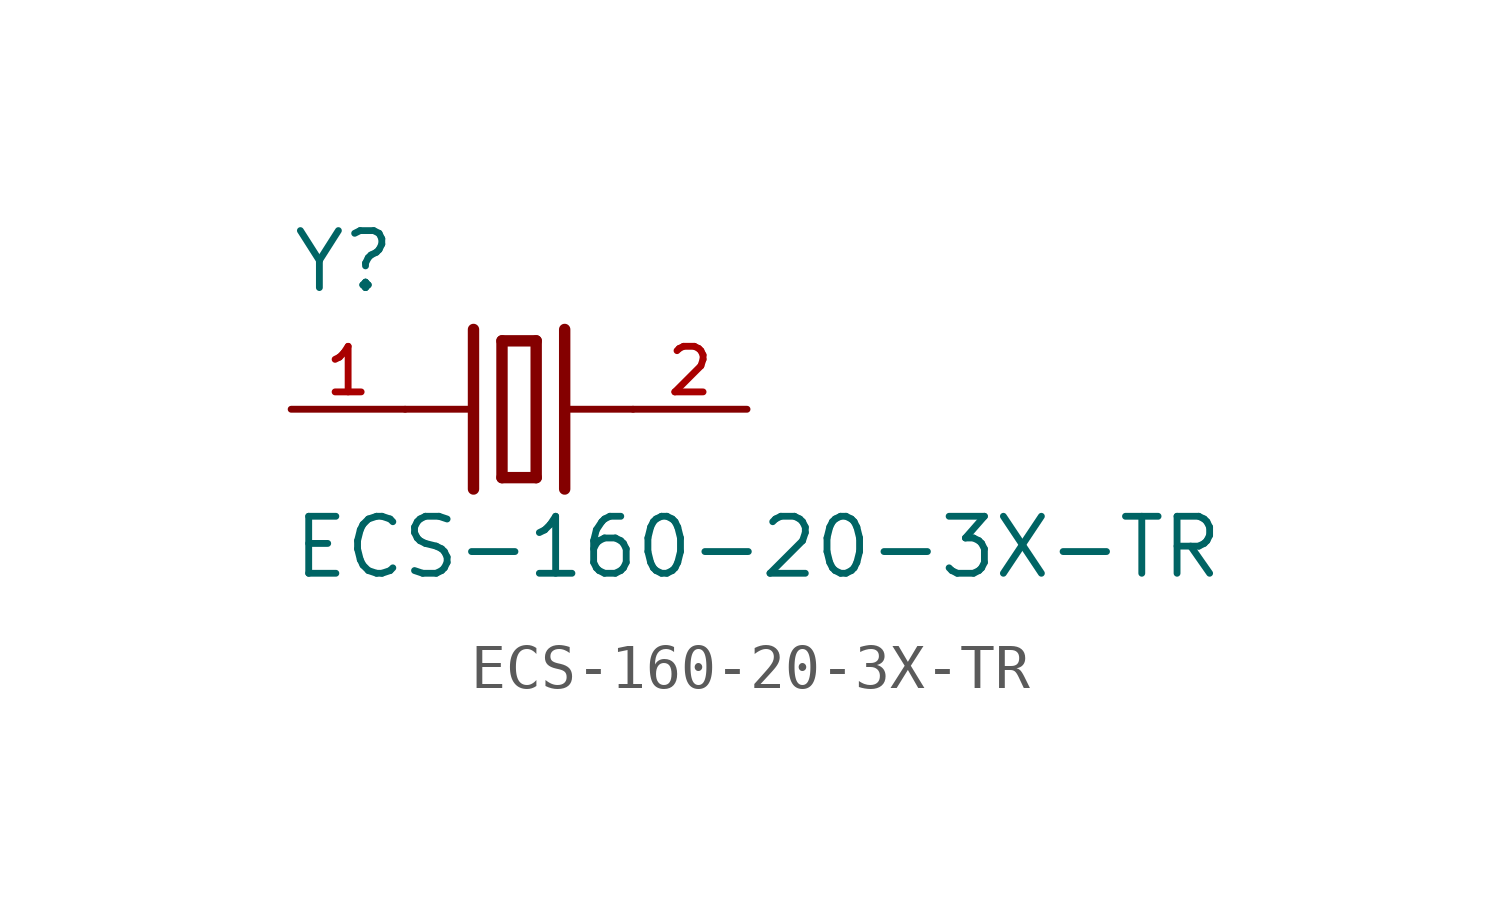
<source format=kicad_sym>
(kicad_symbol_lib
  (version 20211014)
  (generator kicad_symbol_editor)
  (symbol "ECS-160-20-3X-TR"
    (pin_names
      (offset 1.016))
    (property "Reference" "Y"
      (at -5.095 2.548 0)
      (effects (font (size 1.27 1.27)) (justify bottom left)))
    (property "Value" "ECS-160-20-3X-TR"
      (at -5.091 -3.819 0)
      (effects (font (size 1.27 1.27)) (justify bottom left)))
    (symbol "ECS-160-20-3X-TR_0_0"
      (polyline (pts (xy 1.016 0.0) (xy 2.54 0.0)) (stroke (width 0.152)))
      (polyline (pts (xy -2.54 0.0) (xy -1.016 0.0)) (stroke (width 0.152)))
      (polyline (pts (xy -0.381 1.524) (xy -0.381 -1.524)) (stroke (width 0.254)))
      (polyline (pts (xy -0.381 -1.524) (xy 0.381 -1.524)) (stroke (width 0.254)))
      (polyline (pts (xy 0.381 -1.524) (xy 0.381 1.524)) (stroke (width 0.254)))
      (polyline (pts (xy 0.381 1.524) (xy -0.381 1.524)) (stroke (width 0.254)))
      (polyline (pts (xy 1.016 1.778) (xy 1.016 -1.778)) (stroke (width 0.254)))
      (polyline (pts (xy -1.016 1.778) (xy -1.016 -1.778)) (stroke (width 0.254)))
      (pin passive line (at 5.08 0.0 180.0) (length 2.54) (name "~" (effects (font (size 1.016 1.016)))) (number "2" (effects (font (size 1.016 1.016)))))
      (pin passive line (at -5.08 0.0 0) (length 2.54) (name "~" (effects (font (size 1.016 1.016)))) (number "1" (effects (font (size 1.016 1.016))))))))
</source>
